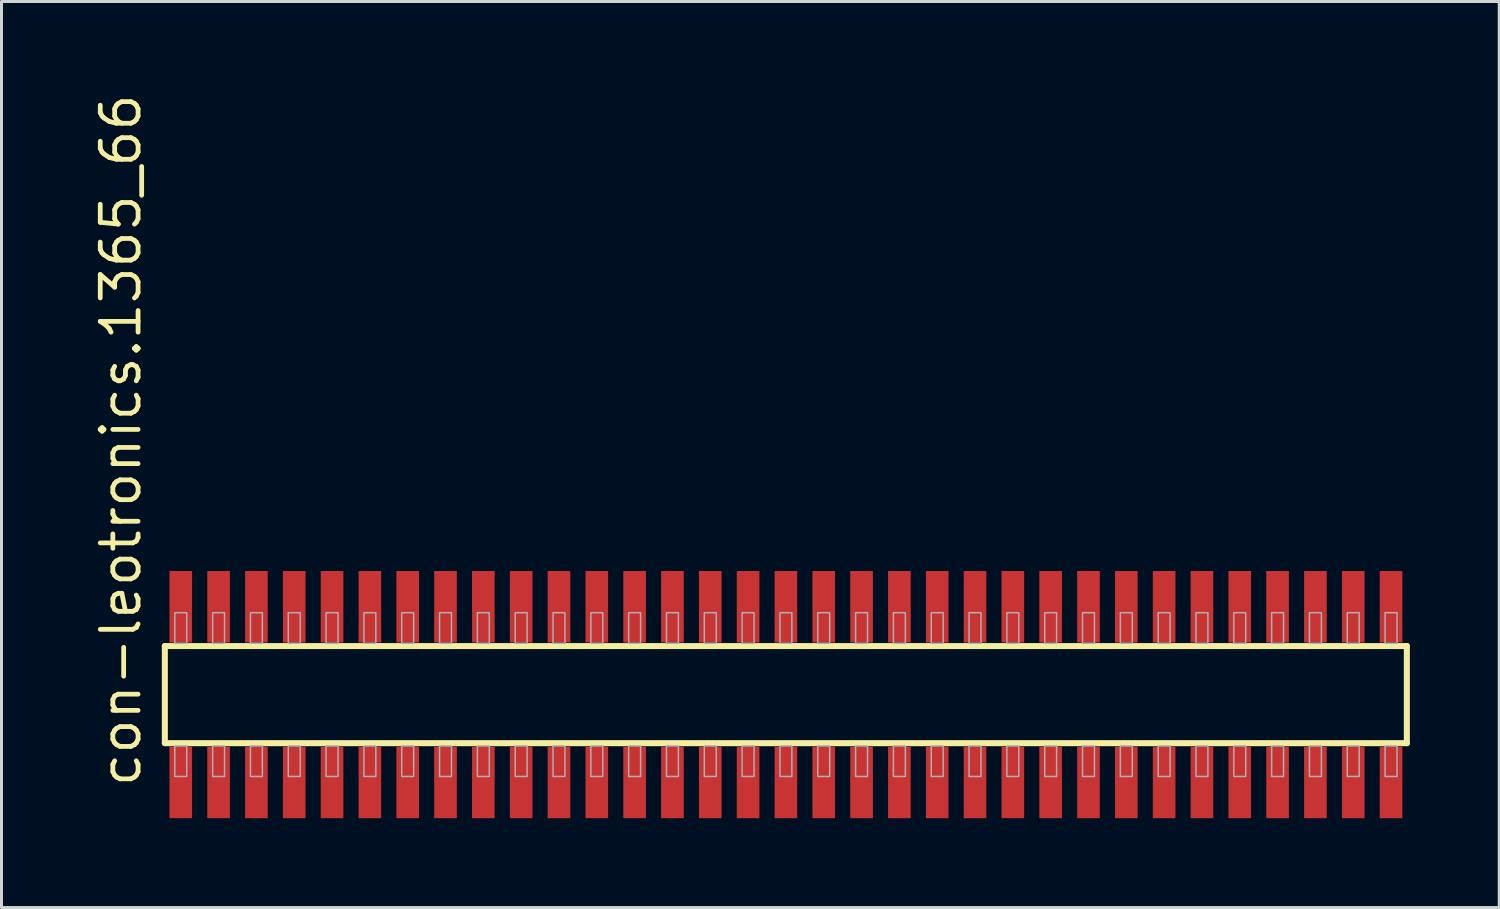
<source format=kicad_pcb>
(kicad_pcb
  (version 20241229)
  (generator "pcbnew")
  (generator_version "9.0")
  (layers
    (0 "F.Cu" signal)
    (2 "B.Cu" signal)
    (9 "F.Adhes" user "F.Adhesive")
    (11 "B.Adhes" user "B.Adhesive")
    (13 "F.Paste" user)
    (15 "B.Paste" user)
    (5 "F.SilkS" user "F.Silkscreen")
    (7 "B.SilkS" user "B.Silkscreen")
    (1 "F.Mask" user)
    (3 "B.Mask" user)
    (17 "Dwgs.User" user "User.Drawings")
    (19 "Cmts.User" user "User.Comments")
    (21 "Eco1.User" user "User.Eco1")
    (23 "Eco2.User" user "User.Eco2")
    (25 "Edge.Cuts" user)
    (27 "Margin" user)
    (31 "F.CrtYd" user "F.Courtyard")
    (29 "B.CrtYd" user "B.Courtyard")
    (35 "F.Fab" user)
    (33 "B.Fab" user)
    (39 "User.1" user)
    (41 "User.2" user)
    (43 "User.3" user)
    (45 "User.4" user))
  (footprint "con-leotronics.1365_66"
    (layer "F.Cu")
    (at 23.34 20.274)
    (property "Reference" "con-leotronics.1365_66" (at -21.59 3.175 90) (layer "F.SilkS") (effects (font (size 1.27 1.27) (thickness 0.16)) (justify left bottom)))
    (attr smd)
    (fp_line (start -20.855 -1.63) (end 20.85 -1.63) (stroke (width 0.203) (type default)) (layer "F.SilkS"))
    (fp_line (start -20.855 1.63) (end -20.855 -1.63) (stroke (width 0.203) (type default)) (layer "F.SilkS"))
    (fp_line (start 20.85 -1.63) (end 20.85 1.63) (stroke (width 0.203) (type default)) (layer "F.SilkS"))
    (fp_line (start 20.85 1.63) (end -20.855 1.63) (stroke (width 0.203) (type default)) (layer "F.SilkS"))
    (fp_rect (start -20.52 -1.725) (end -20.12 -2.75) (stroke (width 0.05) (type default)) (fill no) (layer "F.Fab"))
    (fp_rect (start -20.52 2.75) (end -20.12 1.725) (stroke (width 0.05) (type default)) (fill no) (layer "F.Fab"))
    (fp_rect (start -19.25 -1.725) (end -18.85 -2.75) (stroke (width 0.05) (type default)) (fill no) (layer "F.Fab"))
    (fp_rect (start -19.25 2.75) (end -18.85 1.725) (stroke (width 0.05) (type default)) (fill no) (layer "F.Fab"))
    (fp_rect (start -17.98 -1.725) (end -17.58 -2.75) (stroke (width 0.05) (type default)) (fill no) (layer "F.Fab"))
    (fp_rect (start -17.98 2.75) (end -17.58 1.725) (stroke (width 0.05) (type default)) (fill no) (layer "F.Fab"))
    (fp_rect (start -16.71 -1.725) (end -16.31 -2.75) (stroke (width 0.05) (type default)) (fill no) (layer "F.Fab"))
    (fp_rect (start -16.71 2.75) (end -16.31 1.725) (stroke (width 0.05) (type default)) (fill no) (layer "F.Fab"))
    (fp_rect (start -15.44 -1.725) (end -15.04 -2.75) (stroke (width 0.05) (type default)) (fill no) (layer "F.Fab"))
    (fp_rect (start -15.44 2.75) (end -15.04 1.725) (stroke (width 0.05) (type default)) (fill no) (layer "F.Fab"))
    (fp_rect (start -14.17 -1.725) (end -13.77 -2.75) (stroke (width 0.05) (type default)) (fill no) (layer "F.Fab"))
    (fp_rect (start -14.17 2.75) (end -13.77 1.725) (stroke (width 0.05) (type default)) (fill no) (layer "F.Fab"))
    (fp_rect (start -12.9 -1.725) (end -12.5 -2.75) (stroke (width 0.05) (type default)) (fill no) (layer "F.Fab"))
    (fp_rect (start -12.9 2.75) (end -12.5 1.725) (stroke (width 0.05) (type default)) (fill no) (layer "F.Fab"))
    (fp_rect (start -11.63 -1.725) (end -11.23 -2.75) (stroke (width 0.05) (type default)) (fill no) (layer "F.Fab"))
    (fp_rect (start -11.63 2.75) (end -11.23 1.725) (stroke (width 0.05) (type default)) (fill no) (layer "F.Fab"))
    (fp_rect (start -10.36 -1.725) (end -9.96 -2.75) (stroke (width 0.05) (type default)) (fill no) (layer "F.Fab"))
    (fp_rect (start -10.36 2.75) (end -9.96 1.725) (stroke (width 0.05) (type default)) (fill no) (layer "F.Fab"))
    (fp_rect (start -9.09 -1.725) (end -8.69 -2.75) (stroke (width 0.05) (type default)) (fill no) (layer "F.Fab"))
    (fp_rect (start -9.09 2.75) (end -8.69 1.725) (stroke (width 0.05) (type default)) (fill no) (layer "F.Fab"))
    (fp_rect (start -7.82 -1.725) (end -7.42 -2.75) (stroke (width 0.05) (type default)) (fill no) (layer "F.Fab"))
    (fp_rect (start -7.82 2.75) (end -7.42 1.725) (stroke (width 0.05) (type default)) (fill no) (layer "F.Fab"))
    (fp_rect (start -6.55 -1.725) (end -6.15 -2.75) (stroke (width 0.05) (type default)) (fill no) (layer "F.Fab"))
    (fp_rect (start -6.55 2.75) (end -6.15 1.725) (stroke (width 0.05) (type default)) (fill no) (layer "F.Fab"))
    (fp_rect (start -5.28 -1.725) (end -4.88 -2.75) (stroke (width 0.05) (type default)) (fill no) (layer "F.Fab"))
    (fp_rect (start -5.28 2.75) (end -4.88 1.725) (stroke (width 0.05) (type default)) (fill no) (layer "F.Fab"))
    (fp_rect (start -4.01 -1.725) (end -3.61 -2.75) (stroke (width 0.05) (type default)) (fill no) (layer "F.Fab"))
    (fp_rect (start -4.01 2.75) (end -3.61 1.725) (stroke (width 0.05) (type default)) (fill no) (layer "F.Fab"))
    (fp_rect (start -2.74 -1.725) (end -2.34 -2.75) (stroke (width 0.05) (type default)) (fill no) (layer "F.Fab"))
    (fp_rect (start -2.74 2.75) (end -2.34 1.725) (stroke (width 0.05) (type default)) (fill no) (layer "F.Fab"))
    (fp_rect (start -1.47 -1.725) (end -1.07 -2.75) (stroke (width 0.05) (type default)) (fill no) (layer "F.Fab"))
    (fp_rect (start -1.47 2.75) (end -1.07 1.725) (stroke (width 0.05) (type default)) (fill no) (layer "F.Fab"))
    (fp_rect (start -0.2 -1.725) (end 0.2 -2.75) (stroke (width 0.05) (type default)) (fill no) (layer "F.Fab"))
    (fp_rect (start -0.2 2.75) (end 0.2 1.725) (stroke (width 0.05) (type default)) (fill no) (layer "F.Fab"))
    (fp_rect (start 1.07 -1.725) (end 1.47 -2.75) (stroke (width 0.05) (type default)) (fill no) (layer "F.Fab"))
    (fp_rect (start 1.07 2.75) (end 1.47 1.725) (stroke (width 0.05) (type default)) (fill no) (layer "F.Fab"))
    (fp_rect (start 2.34 -1.725) (end 2.74 -2.75) (stroke (width 0.05) (type default)) (fill no) (layer "F.Fab"))
    (fp_rect (start 2.34 2.75) (end 2.74 1.725) (stroke (width 0.05) (type default)) (fill no) (layer "F.Fab"))
    (fp_rect (start 3.61 -1.725) (end 4.01 -2.75) (stroke (width 0.05) (type default)) (fill no) (layer "F.Fab"))
    (fp_rect (start 3.61 2.75) (end 4.01 1.725) (stroke (width 0.05) (type default)) (fill no) (layer "F.Fab"))
    (fp_rect (start 4.88 -1.725) (end 5.28 -2.75) (stroke (width 0.05) (type default)) (fill no) (layer "F.Fab"))
    (fp_rect (start 4.88 2.75) (end 5.28 1.725) (stroke (width 0.05) (type default)) (fill no) (layer "F.Fab"))
    (fp_rect (start 6.15 -1.725) (end 6.55 -2.75) (stroke (width 0.05) (type default)) (fill no) (layer "F.Fab"))
    (fp_rect (start 6.15 2.75) (end 6.55 1.725) (stroke (width 0.05) (type default)) (fill no) (layer "F.Fab"))
    (fp_rect (start 7.42 -1.725) (end 7.82 -2.75) (stroke (width 0.05) (type default)) (fill no) (layer "F.Fab"))
    (fp_rect (start 7.42 2.75) (end 7.82 1.725) (stroke (width 0.05) (type default)) (fill no) (layer "F.Fab"))
    (fp_rect (start 8.69 -1.725) (end 9.09 -2.75) (stroke (width 0.05) (type default)) (fill no) (layer "F.Fab"))
    (fp_rect (start 8.69 2.75) (end 9.09 1.725) (stroke (width 0.05) (type default)) (fill no) (layer "F.Fab"))
    (fp_rect (start 9.96 -1.725) (end 10.36 -2.75) (stroke (width 0.05) (type default)) (fill no) (layer "F.Fab"))
    (fp_rect (start 9.96 2.75) (end 10.36 1.725) (stroke (width 0.05) (type default)) (fill no) (layer "F.Fab"))
    (fp_rect (start 11.23 -1.725) (end 11.63 -2.75) (stroke (width 0.05) (type default)) (fill no) (layer "F.Fab"))
    (fp_rect (start 11.23 2.75) (end 11.63 1.725) (stroke (width 0.05) (type default)) (fill no) (layer "F.Fab"))
    (fp_rect (start 12.5 -1.725) (end 12.9 -2.75) (stroke (width 0.05) (type default)) (fill no) (layer "F.Fab"))
    (fp_rect (start 12.5 2.75) (end 12.9 1.725) (stroke (width 0.05) (type default)) (fill no) (layer "F.Fab"))
    (fp_rect (start 13.77 -1.725) (end 14.17 -2.75) (stroke (width 0.05) (type default)) (fill no) (layer "F.Fab"))
    (fp_rect (start 13.77 2.75) (end 14.17 1.725) (stroke (width 0.05) (type default)) (fill no) (layer "F.Fab"))
    (fp_rect (start 15.04 -1.725) (end 15.44 -2.75) (stroke (width 0.05) (type default)) (fill no) (layer "F.Fab"))
    (fp_rect (start 15.04 2.75) (end 15.44 1.725) (stroke (width 0.05) (type default)) (fill no) (layer "F.Fab"))
    (fp_rect (start 16.31 -1.725) (end 16.71 -2.75) (stroke (width 0.05) (type default)) (fill no) (layer "F.Fab"))
    (fp_rect (start 16.31 2.75) (end 16.71 1.725) (stroke (width 0.05) (type default)) (fill no) (layer "F.Fab"))
    (fp_rect (start 17.58 -1.725) (end 17.98 -2.75) (stroke (width 0.05) (type default)) (fill no) (layer "F.Fab"))
    (fp_rect (start 17.58 2.75) (end 17.98 1.725) (stroke (width 0.05) (type default)) (fill no) (layer "F.Fab"))
    (fp_rect (start 18.85 -1.725) (end 19.25 -2.75) (stroke (width 0.05) (type default)) (fill no) (layer "F.Fab"))
    (fp_rect (start 18.85 2.75) (end 19.25 1.725) (stroke (width 0.05) (type default)) (fill no) (layer "F.Fab"))
    (fp_rect (start 20.12 -1.725) (end 20.52 -2.75) (stroke (width 0.05) (type default)) (fill no) (layer "F.Fab"))
    (fp_rect (start 20.12 2.75) (end 20.52 1.725) (stroke (width 0.05) (type default)) (fill no) (layer "F.Fab"))
    (pad "1" smd roundrect (at -20.32 2.95) (size 0.76 2.4) (layers "F.Cu" "F.Mask" "F.Paste") (roundrect_rratio 0.01))
    (pad "2" smd roundrect (at -20.32 -2.95) (size 0.76 2.4) (layers "F.Cu" "F.Mask" "F.Paste") (roundrect_rratio 0.01))
    (pad "3" smd roundrect (at -19.05 2.95) (size 0.76 2.4) (layers "F.Cu" "F.Mask" "F.Paste") (roundrect_rratio 0.01))
    (pad "4" smd roundrect (at -19.05 -2.95) (size 0.76 2.4) (layers "F.Cu" "F.Mask" "F.Paste") (roundrect_rratio 0.01))
    (pad "5" smd roundrect (at -17.78 2.95) (size 0.76 2.4) (layers "F.Cu" "F.Mask" "F.Paste") (roundrect_rratio 0.01))
    (pad "6" smd roundrect (at -17.78 -2.95) (size 0.76 2.4) (layers "F.Cu" "F.Mask" "F.Paste") (roundrect_rratio 0.01))
    (pad "7" smd roundrect (at -16.51 2.95) (size 0.76 2.4) (layers "F.Cu" "F.Mask" "F.Paste") (roundrect_rratio 0.01))
    (pad "8" smd roundrect (at -16.51 -2.95) (size 0.76 2.4) (layers "F.Cu" "F.Mask" "F.Paste") (roundrect_rratio 0.01))
    (pad "9" smd roundrect (at -15.24 2.95) (size 0.76 2.4) (layers "F.Cu" "F.Mask" "F.Paste") (roundrect_rratio 0.01))
    (pad "10" smd roundrect (at -15.24 -2.95) (size 0.76 2.4) (layers "F.Cu" "F.Mask" "F.Paste") (roundrect_rratio 0.01))
    (pad "11" smd roundrect (at -13.97 2.95) (size 0.76 2.4) (layers "F.Cu" "F.Mask" "F.Paste") (roundrect_rratio 0.01))
    (pad "12" smd roundrect (at -13.97 -2.95) (size 0.76 2.4) (layers "F.Cu" "F.Mask" "F.Paste") (roundrect_rratio 0.01))
    (pad "13" smd roundrect (at -12.7 2.95) (size 0.76 2.4) (layers "F.Cu" "F.Mask" "F.Paste") (roundrect_rratio 0.01))
    (pad "14" smd roundrect (at -12.7 -2.95) (size 0.76 2.4) (layers "F.Cu" "F.Mask" "F.Paste") (roundrect_rratio 0.01))
    (pad "15" smd roundrect (at -11.43 2.95) (size 0.76 2.4) (layers "F.Cu" "F.Mask" "F.Paste") (roundrect_rratio 0.01))
    (pad "16" smd roundrect (at -11.43 -2.95) (size 0.76 2.4) (layers "F.Cu" "F.Mask" "F.Paste") (roundrect_rratio 0.01))
    (pad "17" smd roundrect (at -10.16 2.95) (size 0.76 2.4) (layers "F.Cu" "F.Mask" "F.Paste") (roundrect_rratio 0.01))
    (pad "18" smd roundrect (at -10.16 -2.95) (size 0.76 2.4) (layers "F.Cu" "F.Mask" "F.Paste") (roundrect_rratio 0.01))
    (pad "19" smd roundrect (at -8.89 2.95) (size 0.76 2.4) (layers "F.Cu" "F.Mask" "F.Paste") (roundrect_rratio 0.01))
    (pad "20" smd roundrect (at -8.89 -2.95) (size 0.76 2.4) (layers "F.Cu" "F.Mask" "F.Paste") (roundrect_rratio 0.01))
    (pad "21" smd roundrect (at -7.62 2.95) (size 0.76 2.4) (layers "F.Cu" "F.Mask" "F.Paste") (roundrect_rratio 0.01))
    (pad "22" smd roundrect (at -7.62 -2.95) (size 0.76 2.4) (layers "F.Cu" "F.Mask" "F.Paste") (roundrect_rratio 0.01))
    (pad "23" smd roundrect (at -6.35 2.95) (size 0.76 2.4) (layers "F.Cu" "F.Mask" "F.Paste") (roundrect_rratio 0.01))
    (pad "24" smd roundrect (at -6.35 -2.95) (size 0.76 2.4) (layers "F.Cu" "F.Mask" "F.Paste") (roundrect_rratio 0.01))
    (pad "25" smd roundrect (at -5.08 2.95) (size 0.76 2.4) (layers "F.Cu" "F.Mask" "F.Paste") (roundrect_rratio 0.01))
    (pad "26" smd roundrect (at -5.08 -2.95) (size 0.76 2.4) (layers "F.Cu" "F.Mask" "F.Paste") (roundrect_rratio 0.01))
    (pad "27" smd roundrect (at -3.81 2.95) (size 0.76 2.4) (layers "F.Cu" "F.Mask" "F.Paste") (roundrect_rratio 0.01))
    (pad "28" smd roundrect (at -3.81 -2.95) (size 0.76 2.4) (layers "F.Cu" "F.Mask" "F.Paste") (roundrect_rratio 0.01))
    (pad "29" smd roundrect (at -2.54 2.95) (size 0.76 2.4) (layers "F.Cu" "F.Mask" "F.Paste") (roundrect_rratio 0.01))
    (pad "30" smd roundrect (at -2.54 -2.95) (size 0.76 2.4) (layers "F.Cu" "F.Mask" "F.Paste") (roundrect_rratio 0.01))
    (pad "31" smd roundrect (at -1.27 2.95) (size 0.76 2.4) (layers "F.Cu" "F.Mask" "F.Paste") (roundrect_rratio 0.01))
    (pad "32" smd roundrect (at -1.27 -2.95) (size 0.76 2.4) (layers "F.Cu" "F.Mask" "F.Paste") (roundrect_rratio 0.01))
    (pad "33" smd roundrect (at 0 2.95) (size 0.76 2.4) (layers "F.Cu" "F.Mask" "F.Paste") (roundrect_rratio 0.01))
    (pad "34" smd roundrect (at 0 -2.95) (size 0.76 2.4) (layers "F.Cu" "F.Mask" "F.Paste") (roundrect_rratio 0.01))
    (pad "35" smd roundrect (at 1.27 2.95) (size 0.76 2.4) (layers "F.Cu" "F.Mask" "F.Paste") (roundrect_rratio 0.01))
    (pad "36" smd roundrect (at 1.27 -2.95) (size 0.76 2.4) (layers "F.Cu" "F.Mask" "F.Paste") (roundrect_rratio 0.01))
    (pad "37" smd roundrect (at 2.54 2.95) (size 0.76 2.4) (layers "F.Cu" "F.Mask" "F.Paste") (roundrect_rratio 0.01))
    (pad "38" smd roundrect (at 2.54 -2.95) (size 0.76 2.4) (layers "F.Cu" "F.Mask" "F.Paste") (roundrect_rratio 0.01))
    (pad "39" smd roundrect (at 3.81 2.95) (size 0.76 2.4) (layers "F.Cu" "F.Mask" "F.Paste") (roundrect_rratio 0.01))
    (pad "40" smd roundrect (at 3.81 -2.95) (size 0.76 2.4) (layers "F.Cu" "F.Mask" "F.Paste") (roundrect_rratio 0.01))
    (pad "41" smd roundrect (at 5.08 2.95) (size 0.76 2.4) (layers "F.Cu" "F.Mask" "F.Paste") (roundrect_rratio 0.01))
    (pad "42" smd roundrect (at 5.08 -2.95) (size 0.76 2.4) (layers "F.Cu" "F.Mask" "F.Paste") (roundrect_rratio 0.01))
    (pad "43" smd roundrect (at 6.35 2.95) (size 0.76 2.4) (layers "F.Cu" "F.Mask" "F.Paste") (roundrect_rratio 0.01))
    (pad "44" smd roundrect (at 6.35 -2.95) (size 0.76 2.4) (layers "F.Cu" "F.Mask" "F.Paste") (roundrect_rratio 0.01))
    (pad "45" smd roundrect (at 7.62 2.95) (size 0.76 2.4) (layers "F.Cu" "F.Mask" "F.Paste") (roundrect_rratio 0.01))
    (pad "46" smd roundrect (at 7.62 -2.95) (size 0.76 2.4) (layers "F.Cu" "F.Mask" "F.Paste") (roundrect_rratio 0.01))
    (pad "47" smd roundrect (at 8.89 2.95) (size 0.76 2.4) (layers "F.Cu" "F.Mask" "F.Paste") (roundrect_rratio 0.01))
    (pad "48" smd roundrect (at 8.89 -2.95) (size 0.76 2.4) (layers "F.Cu" "F.Mask" "F.Paste") (roundrect_rratio 0.01))
    (pad "49" smd roundrect (at 10.16 2.95) (size 0.76 2.4) (layers "F.Cu" "F.Mask" "F.Paste") (roundrect_rratio 0.01))
    (pad "50" smd roundrect (at 10.16 -2.95) (size 0.76 2.4) (layers "F.Cu" "F.Mask" "F.Paste") (roundrect_rratio 0.01))
    (pad "51" smd roundrect (at 11.43 2.95) (size 0.76 2.4) (layers "F.Cu" "F.Mask" "F.Paste") (roundrect_rratio 0.01))
    (pad "52" smd roundrect (at 11.43 -2.95) (size 0.76 2.4) (layers "F.Cu" "F.Mask" "F.Paste") (roundrect_rratio 0.01))
    (pad "53" smd roundrect (at 12.7 2.95) (size 0.76 2.4) (layers "F.Cu" "F.Mask" "F.Paste") (roundrect_rratio 0.01))
    (pad "54" smd roundrect (at 12.7 -2.95) (size 0.76 2.4) (layers "F.Cu" "F.Mask" "F.Paste") (roundrect_rratio 0.01))
    (pad "55" smd roundrect (at 13.97 2.95) (size 0.76 2.4) (layers "F.Cu" "F.Mask" "F.Paste") (roundrect_rratio 0.01))
    (pad "56" smd roundrect (at 13.97 -2.95) (size 0.76 2.4) (layers "F.Cu" "F.Mask" "F.Paste") (roundrect_rratio 0.01))
    (pad "57" smd roundrect (at 15.24 2.95) (size 0.76 2.4) (layers "F.Cu" "F.Mask" "F.Paste") (roundrect_rratio 0.01))
    (pad "58" smd roundrect (at 15.24 -2.95) (size 0.76 2.4) (layers "F.Cu" "F.Mask" "F.Paste") (roundrect_rratio 0.01))
    (pad "59" smd roundrect (at 16.51 2.95) (size 0.76 2.4) (layers "F.Cu" "F.Mask" "F.Paste") (roundrect_rratio 0.01))
    (pad "60" smd roundrect (at 16.51 -2.95) (size 0.76 2.4) (layers "F.Cu" "F.Mask" "F.Paste") (roundrect_rratio 0.01))
    (pad "61" smd roundrect (at 17.78 2.95) (size 0.76 2.4) (layers "F.Cu" "F.Mask" "F.Paste") (roundrect_rratio 0.01))
    (pad "62" smd roundrect (at 17.78 -2.95) (size 0.76 2.4) (layers "F.Cu" "F.Mask" "F.Paste") (roundrect_rratio 0.01))
    (pad "63" smd roundrect (at 19.05 2.95) (size 0.76 2.4) (layers "F.Cu" "F.Mask" "F.Paste") (roundrect_rratio 0.01))
    (pad "64" smd roundrect (at 19.05 -2.95) (size 0.76 2.4) (layers "F.Cu" "F.Mask" "F.Paste") (roundrect_rratio 0.01))
    (pad "65" smd roundrect (at 20.32 2.95) (size 0.76 2.4) (layers "F.Cu" "F.Mask" "F.Paste") (roundrect_rratio 0.01))
    (pad "66" smd roundrect (at 20.32 -2.95) (size 0.76 2.4) (layers "F.Cu" "F.Mask" "F.Paste") (roundrect_rratio 0.01)))
  (gr_rect
    (start -3 -3)
    (end 47.292 27.424)
    (stroke (width 0.1) (type default))
    (fill no)
    (layer "Edge.Cuts")))
</source>
